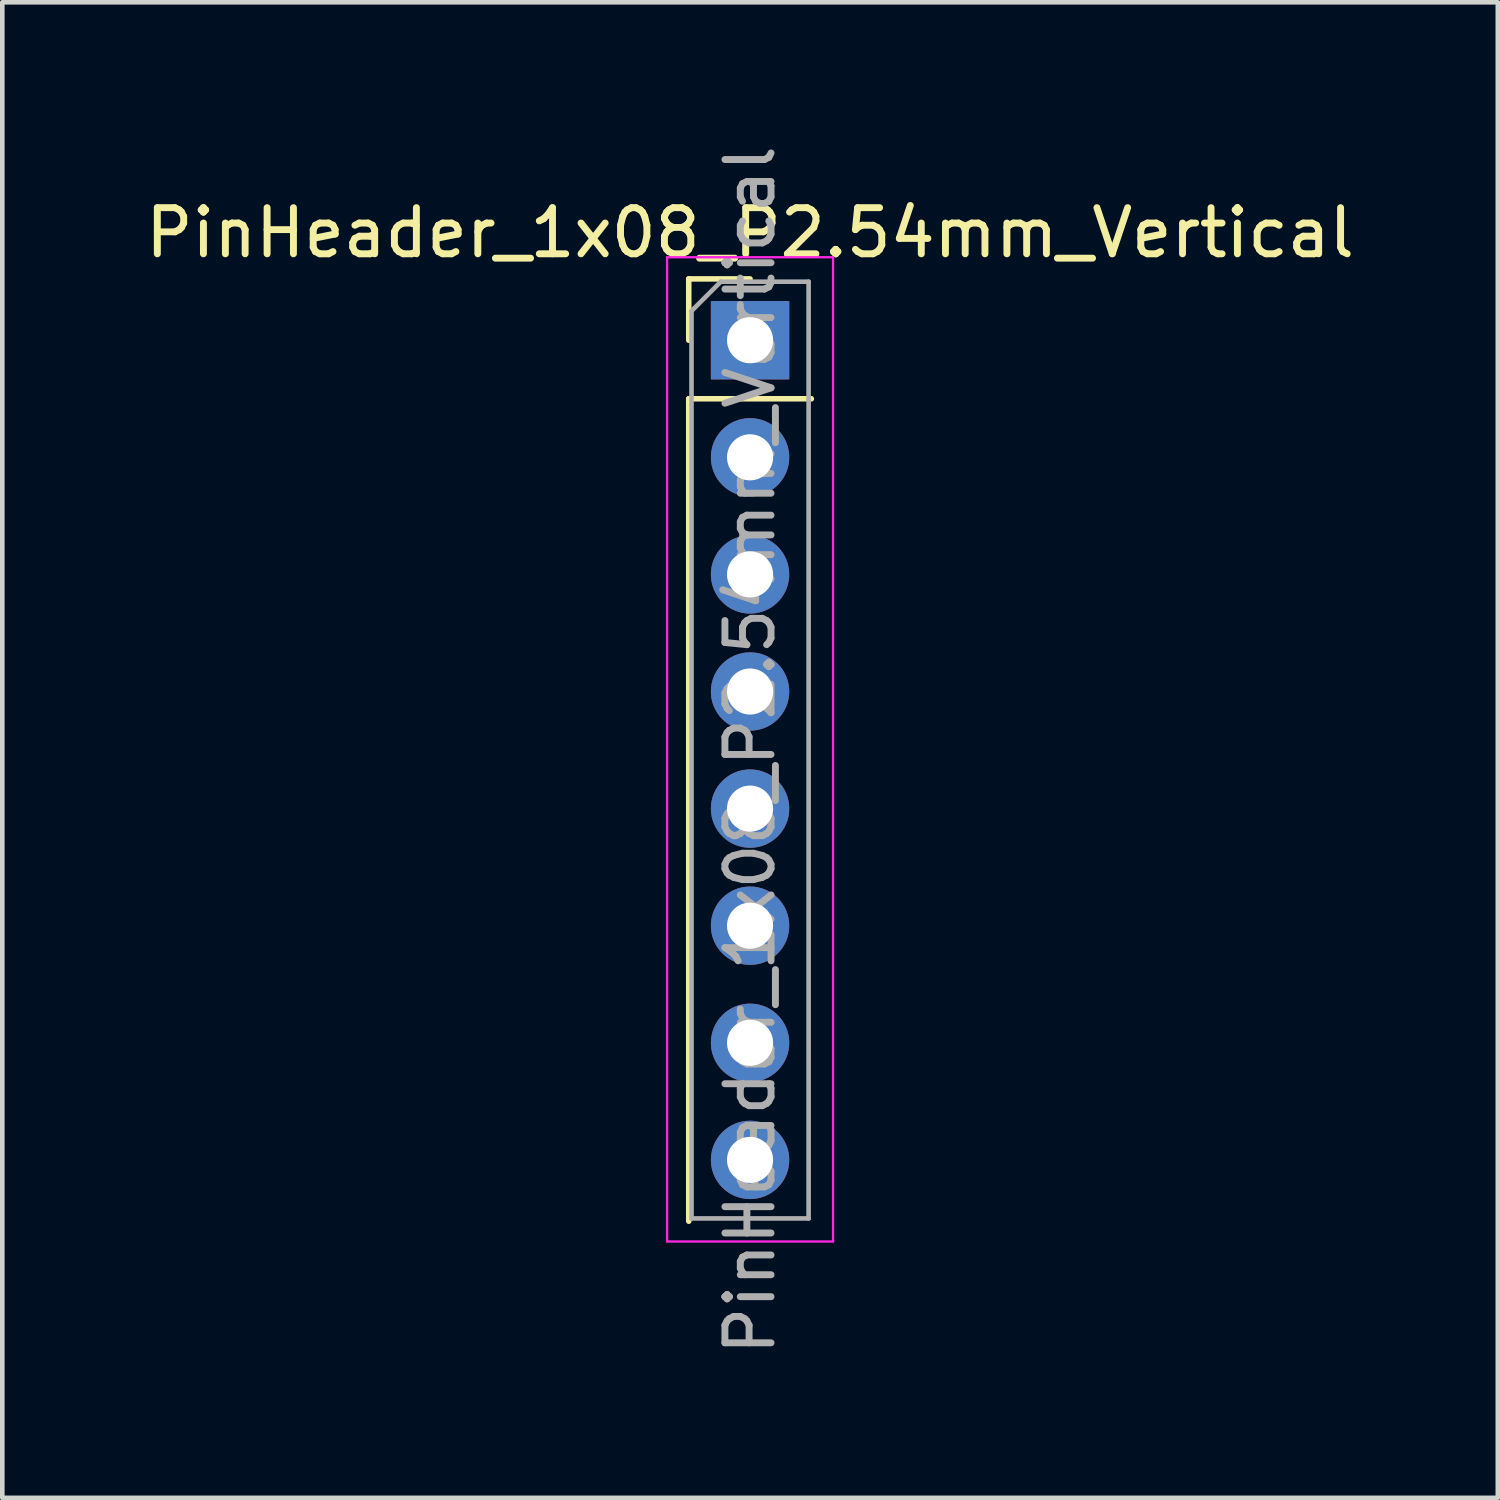
<source format=kicad_pcb>
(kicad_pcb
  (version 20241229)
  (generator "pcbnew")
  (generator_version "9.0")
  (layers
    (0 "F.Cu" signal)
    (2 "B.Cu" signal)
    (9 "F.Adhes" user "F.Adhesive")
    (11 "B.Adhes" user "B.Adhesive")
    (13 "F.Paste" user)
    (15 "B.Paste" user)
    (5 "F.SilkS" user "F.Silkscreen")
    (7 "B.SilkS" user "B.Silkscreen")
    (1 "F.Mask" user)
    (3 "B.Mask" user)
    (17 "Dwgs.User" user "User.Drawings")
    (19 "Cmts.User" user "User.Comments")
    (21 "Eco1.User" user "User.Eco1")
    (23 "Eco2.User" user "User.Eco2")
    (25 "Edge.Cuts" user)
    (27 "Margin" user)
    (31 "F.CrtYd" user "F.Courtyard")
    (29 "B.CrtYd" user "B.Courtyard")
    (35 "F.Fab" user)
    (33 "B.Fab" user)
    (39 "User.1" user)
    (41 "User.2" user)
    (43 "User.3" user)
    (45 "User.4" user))
  (footprint "PinHeader_1x08_P2.54mm_Vertical"
    (layer "F.Cu")
    (at 13.22 4.33)
    (property "Reference" "PinHeader_1x08_P2.54mm_Vertical" (at 0 -2.33 0) (layer "F.SilkS") (effects (font (size 1 1) (thickness 0.15))))
    (attr through_hole)
    (fp_line (start -1.33 -1.33) (end 0 -1.33) (stroke (width 0.12) (type solid)) (layer "F.SilkS"))
    (fp_line (start -1.33 0) (end -1.33 -1.33) (stroke (width 0.12) (type solid)) (layer "F.SilkS"))
    (fp_line (start -1.33 1.27) (end -1.33 19.11) (stroke (width 0.12) (type solid)) (layer "F.SilkS"))
    (fp_line (start -1.33 1.27) (end 1.33 1.27) (stroke (width 0.12) (type solid)) (layer "F.SilkS"))
    (fp_line (start -1.8 -1.8) (end -1.8 19.55) (stroke (width 0.05) (type solid)) (layer "F.CrtYd"))
    (fp_line (start -1.8 19.55) (end 1.8 19.55) (stroke (width 0.05) (type solid)) (layer "F.CrtYd"))
    (fp_line (start 1.8 -1.8) (end -1.8 -1.8) (stroke (width 0.05) (type solid)) (layer "F.CrtYd"))
    (fp_line (start 1.8 19.55) (end 1.8 -1.8) (stroke (width 0.05) (type solid)) (layer "F.CrtYd"))
    (fp_line (start -1.27 -0.635) (end -0.635 -1.27) (stroke (width 0.1) (type solid)) (layer "F.Fab"))
    (fp_line (start -1.27 19.05) (end -1.27 -0.635) (stroke (width 0.1) (type solid)) (layer "F.Fab"))
    (fp_line (start -0.635 -1.27) (end 1.27 -1.27) (stroke (width 0.1) (type solid)) (layer "F.Fab"))
    (fp_line (start 1.27 -1.27) (end 1.27 19.05) (stroke (width 0.1) (type solid)) (layer "F.Fab"))
    (fp_line (start 1.27 19.05) (end -1.27 19.05) (stroke (width 0.1) (type solid)) (layer "F.Fab"))
    (fp_text user "${REFERENCE}" (at 0 8.89 90) (layer "F.Fab") (effects (font (size 1 1) (thickness 0.15))))
    (pad "1" thru_hole rect (at 0 0) (size 1.7 1.7) (drill 1) (layers "*.Cu" "*.Mask"))
    (pad "2" thru_hole oval (at 0 2.54) (size 1.7 1.7) (drill 1) (layers "*.Cu" "*.Mask"))
    (pad "3" thru_hole oval (at 0 5.08) (size 1.7 1.7) (drill 1) (layers "*.Cu" "*.Mask"))
    (pad "4" thru_hole oval (at 0 7.62) (size 1.7 1.7) (drill 1) (layers "*.Cu" "*.Mask"))
    (pad "5" thru_hole oval (at 0 10.16) (size 1.7 1.7) (drill 1) (layers "*.Cu" "*.Mask"))
    (pad "6" thru_hole oval (at 0 12.7) (size 1.7 1.7) (drill 1) (layers "*.Cu" "*.Mask"))
    (pad "7" thru_hole oval (at 0 15.24) (size 1.7 1.7) (drill 1) (layers "*.Cu" "*.Mask"))
    (pad "8" thru_hole oval (at 0 17.78) (size 1.7 1.7) (drill 1) (layers "*.Cu" "*.Mask")))
  (gr_rect
    (start -3 -3)
    (end 29.44 29.44)
    (stroke (width 0.1) (type default))
    (fill no)
    (layer "Edge.Cuts")))
</source>
